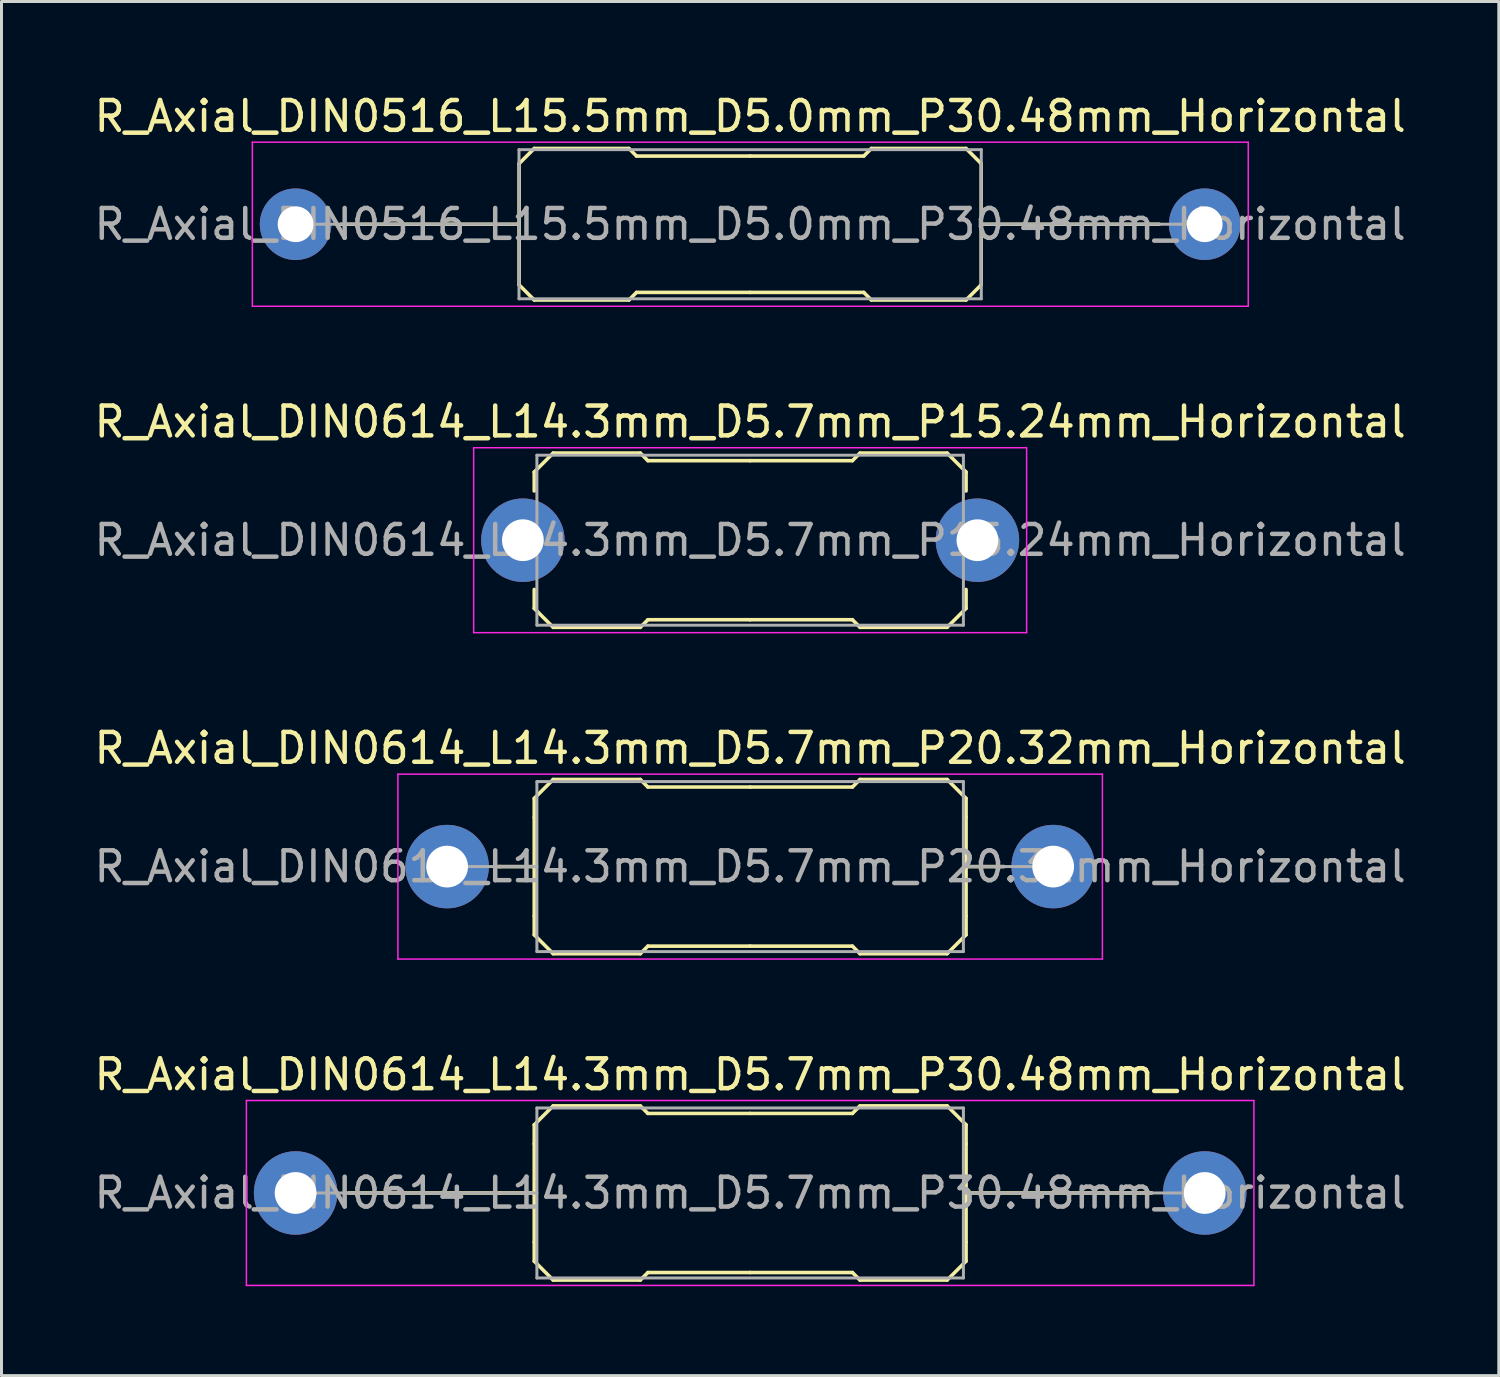
<source format=kicad_pcb>
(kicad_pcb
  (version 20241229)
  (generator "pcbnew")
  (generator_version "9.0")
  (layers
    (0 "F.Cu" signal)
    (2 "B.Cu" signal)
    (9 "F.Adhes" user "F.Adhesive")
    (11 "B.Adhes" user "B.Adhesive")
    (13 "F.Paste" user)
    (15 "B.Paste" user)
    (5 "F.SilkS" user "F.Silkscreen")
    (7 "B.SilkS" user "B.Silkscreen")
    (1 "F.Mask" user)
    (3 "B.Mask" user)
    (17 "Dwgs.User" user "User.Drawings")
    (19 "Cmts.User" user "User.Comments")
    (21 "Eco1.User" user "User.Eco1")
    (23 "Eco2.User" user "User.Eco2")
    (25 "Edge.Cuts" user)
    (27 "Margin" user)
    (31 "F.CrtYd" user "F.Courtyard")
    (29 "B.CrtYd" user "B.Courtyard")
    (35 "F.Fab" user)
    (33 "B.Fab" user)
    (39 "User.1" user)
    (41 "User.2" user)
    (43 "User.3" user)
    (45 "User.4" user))
  (footprint "R_Axial_DIN0516_L15.5mm_D5.0mm_P30.48mm_Horizontal"
    (layer "F.Cu")
    (at 6.861 4.468)
    (property "Reference" "R_Axial_DIN0516_L15.5mm_D5.0mm_P30.48mm_Horizontal" (at 15.24 -3.62 0) (layer "F.SilkS") (effects (font (size 1 1) (thickness 0.15))))
    (attr through_hole)
    (fp_line (start 7.493 -2.032) (end 8.001 -2.54) (stroke (width 0.12) (type solid)) (layer "F.SilkS"))
    (fp_line (start 7.493 0) (end 1.524 0) (stroke (width 0.12) (type solid)) (layer "F.SilkS"))
    (fp_line (start 7.493 2.032) (end 7.493 -2.032) (stroke (width 0.12) (type solid)) (layer "F.SilkS"))
    (fp_line (start 7.493 2.032) (end 8.001 2.54) (stroke (width 0.12) (type solid)) (layer "F.SilkS"))
    (fp_line (start 8.001 -2.54) (end 11.176 -2.54) (stroke (width 0.12) (type solid)) (layer "F.SilkS"))
    (fp_line (start 8.001 2.54) (end 11.176 2.54) (stroke (width 0.12) (type solid)) (layer "F.SilkS"))
    (fp_line (start 11.176 -2.54) (end 11.43 -2.286) (stroke (width 0.12) (type solid)) (layer "F.SilkS"))
    (fp_line (start 11.176 2.54) (end 11.43 2.286) (stroke (width 0.12) (type solid)) (layer "F.SilkS"))
    (fp_line (start 11.43 -2.286) (end 15.24 -2.286) (stroke (width 0.12) (type solid)) (layer "F.SilkS"))
    (fp_line (start 11.43 2.286) (end 15.24 2.286) (stroke (width 0.12) (type solid)) (layer "F.SilkS"))
    (fp_line (start 19.05 -2.286) (end 15.24 -2.286) (stroke (width 0.12) (type solid)) (layer "F.SilkS"))
    (fp_line (start 19.05 2.286) (end 15.24 2.286) (stroke (width 0.12) (type solid)) (layer "F.SilkS"))
    (fp_line (start 19.304 -2.54) (end 19.05 -2.286) (stroke (width 0.12) (type solid)) (layer "F.SilkS"))
    (fp_line (start 19.304 2.54) (end 19.05 2.286) (stroke (width 0.12) (type solid)) (layer "F.SilkS"))
    (fp_line (start 22.479 -2.54) (end 19.304 -2.54) (stroke (width 0.12) (type solid)) (layer "F.SilkS"))
    (fp_line (start 22.479 2.54) (end 19.304 2.54) (stroke (width 0.12) (type solid)) (layer "F.SilkS"))
    (fp_line (start 22.987 -2.032) (end 22.479 -2.54) (stroke (width 0.12) (type solid)) (layer "F.SilkS"))
    (fp_line (start 22.987 2.032) (end 22.479 2.54) (stroke (width 0.12) (type solid)) (layer "F.SilkS"))
    (fp_line (start 22.987 2.032) (end 22.987 -2.032) (stroke (width 0.12) (type solid)) (layer "F.SilkS"))
    (fp_line (start 28.956 0) (end 22.987 0) (stroke (width 0.12) (type solid)) (layer "F.SilkS"))
    (fp_line (start -1.45 -2.75) (end -1.45 2.75) (stroke (width 0.05) (type solid)) (layer "F.CrtYd"))
    (fp_line (start -1.45 2.75) (end 31.94 2.75) (stroke (width 0.05) (type solid)) (layer "F.CrtYd"))
    (fp_line (start 31.94 -2.75) (end -1.45 -2.75) (stroke (width 0.05) (type solid)) (layer "F.CrtYd"))
    (fp_line (start 31.94 2.75) (end 31.94 -2.75) (stroke (width 0.05) (type solid)) (layer "F.CrtYd"))
    (fp_line (start 0 0) (end 7.49 0) (stroke (width 0.1) (type solid)) (layer "F.Fab"))
    (fp_line (start 7.49 -2.5) (end 7.49 2.5) (stroke (width 0.1) (type solid)) (layer "F.Fab"))
    (fp_line (start 7.49 2.5) (end 22.99 2.5) (stroke (width 0.1) (type solid)) (layer "F.Fab"))
    (fp_line (start 22.99 -2.5) (end 7.49 -2.5) (stroke (width 0.1) (type solid)) (layer "F.Fab"))
    (fp_line (start 22.99 2.5) (end 22.99 -2.5) (stroke (width 0.1) (type solid)) (layer "F.Fab"))
    (fp_line (start 30.48 0) (end 22.99 0) (stroke (width 0.1) (type solid)) (layer "F.Fab"))
    (fp_text user "${REFERENCE}" (at 15.24 0 0) (layer "F.Fab") (effects (font (size 1 1) (thickness 0.15))))
    (pad "1" thru_hole circle (at 0 0) (size 2.4 2.4) (drill 1.2) (layers "*.Cu" "*.Mask"))
    (pad "2" thru_hole oval (at 30.48 0) (size 2.4 2.4) (drill 1.2) (layers "*.Cu" "*.Mask")))
  (footprint "R_Axial_DIN0614_L14.3mm_D5.7mm_P30.48mm_Horizontal"
    (layer "F.Cu")
    (at 6.861 36.948)
    (property "Reference" "R_Axial_DIN0614_L14.3mm_D5.7mm_P30.48mm_Horizontal" (at 15.24 -3.97 0) (layer "F.SilkS") (effects (font (size 1 1) (thickness 0.15))))
    (attr through_hole)
    (fp_line (start 6.858 0) (end 1.778 0) (stroke (width 0.12) (type solid)) (layer "F.SilkS"))
    (fp_line (start 6.858 0) (end 8.001 0) (stroke (width 0.12) (type solid)) (layer "F.SilkS"))
    (fp_line (start 8.001 -2.286) (end 8.001 -1.651) (stroke (width 0.12) (type solid)) (layer "F.SilkS"))
    (fp_line (start 8.001 -2.286) (end 8.636 -2.921) (stroke (width 0.12) (type solid)) (layer "F.SilkS"))
    (fp_line (start 8.001 1.651) (end 8.001 -1.651) (stroke (width 0.12) (type solid)) (layer "F.SilkS"))
    (fp_line (start 8.001 2.286) (end 8.001 1.651) (stroke (width 0.12) (type solid)) (layer "F.SilkS"))
    (fp_line (start 8.001 2.286) (end 8.636 2.921) (stroke (width 0.12) (type solid)) (layer "F.SilkS"))
    (fp_line (start 8.636 -2.921) (end 11.557 -2.921) (stroke (width 0.12) (type solid)) (layer "F.SilkS"))
    (fp_line (start 8.636 2.921) (end 11.557 2.921) (stroke (width 0.12) (type solid)) (layer "F.SilkS"))
    (fp_line (start 11.557 -2.921) (end 11.811 -2.667) (stroke (width 0.12) (type solid)) (layer "F.SilkS"))
    (fp_line (start 11.557 2.921) (end 11.811 2.667) (stroke (width 0.12) (type solid)) (layer "F.SilkS"))
    (fp_line (start 11.811 -2.667) (end 15.24 -2.667) (stroke (width 0.12) (type solid)) (layer "F.SilkS"))
    (fp_line (start 11.811 2.667) (end 15.24 2.667) (stroke (width 0.12) (type solid)) (layer "F.SilkS"))
    (fp_line (start 18.669 -2.667) (end 15.24 -2.667) (stroke (width 0.12) (type solid)) (layer "F.SilkS"))
    (fp_line (start 18.669 2.667) (end 15.24 2.667) (stroke (width 0.12) (type solid)) (layer "F.SilkS"))
    (fp_line (start 18.923 -2.921) (end 18.669 -2.667) (stroke (width 0.12) (type solid)) (layer "F.SilkS"))
    (fp_line (start 18.923 2.921) (end 18.669 2.667) (stroke (width 0.12) (type solid)) (layer "F.SilkS"))
    (fp_line (start 21.844 -2.921) (end 18.923 -2.921) (stroke (width 0.12) (type solid)) (layer "F.SilkS"))
    (fp_line (start 21.844 2.921) (end 18.923 2.921) (stroke (width 0.12) (type solid)) (layer "F.SilkS"))
    (fp_line (start 22.479 -2.286) (end 21.844 -2.921) (stroke (width 0.12) (type solid)) (layer "F.SilkS"))
    (fp_line (start 22.479 -2.286) (end 22.479 -1.651) (stroke (width 0.12) (type solid)) (layer "F.SilkS"))
    (fp_line (start 22.479 0) (end 28.702 0) (stroke (width 0.12) (type solid)) (layer "F.SilkS"))
    (fp_line (start 22.479 1.651) (end 22.479 -1.651) (stroke (width 0.12) (type solid)) (layer "F.SilkS"))
    (fp_line (start 22.479 2.286) (end 21.844 2.921) (stroke (width 0.12) (type solid)) (layer "F.SilkS"))
    (fp_line (start 22.479 2.286) (end 22.479 1.651) (stroke (width 0.12) (type solid)) (layer "F.SilkS"))
    (fp_line (start -1.65 -3.1) (end -1.65 3.1) (stroke (width 0.05) (type solid)) (layer "F.CrtYd"))
    (fp_line (start -1.65 3.1) (end 32.13 3.1) (stroke (width 0.05) (type solid)) (layer "F.CrtYd"))
    (fp_line (start 32.13 -3.1) (end -1.65 -3.1) (stroke (width 0.05) (type solid)) (layer "F.CrtYd"))
    (fp_line (start 32.13 3.1) (end 32.13 -3.1) (stroke (width 0.05) (type solid)) (layer "F.CrtYd"))
    (fp_line (start 0 0) (end 8.09 0) (stroke (width 0.1) (type solid)) (layer "F.Fab"))
    (fp_line (start 8.09 -2.85) (end 8.09 2.85) (stroke (width 0.1) (type solid)) (layer "F.Fab"))
    (fp_line (start 8.09 2.85) (end 22.39 2.85) (stroke (width 0.1) (type solid)) (layer "F.Fab"))
    (fp_line (start 22.39 -2.85) (end 8.09 -2.85) (stroke (width 0.1) (type solid)) (layer "F.Fab"))
    (fp_line (start 22.39 2.85) (end 22.39 -2.85) (stroke (width 0.1) (type solid)) (layer "F.Fab"))
    (fp_line (start 30.48 0) (end 22.39 0) (stroke (width 0.1) (type solid)) (layer "F.Fab"))
    (fp_text user "${REFERENCE}" (at 15.24 0 0) (layer "F.Fab") (effects (font (size 1 1) (thickness 0.15))))
    (pad "1" thru_hole circle (at 0 0) (size 2.8 2.8) (drill 1.4) (layers "*.Cu" "*.Mask"))
    (pad "2" thru_hole oval (at 30.48 0) (size 2.8 2.8) (drill 1.4) (layers "*.Cu" "*.Mask")))
  (footprint "R_Axial_DIN0614_L14.3mm_D5.7mm_P15.24mm_Horizontal"
    (layer "F.Cu")
    (at 14.481 15.062)
    (property "Reference" "R_Axial_DIN0614_L14.3mm_D5.7mm_P15.24mm_Horizontal" (at 7.62 -3.97 0) (layer "F.SilkS") (effects (font (size 1 1) (thickness 0.15))))
    (attr through_hole)
    (fp_line (start 0.381 -2.286) (end 0.381 -1.651) (stroke (width 0.12) (type solid)) (layer "F.SilkS"))
    (fp_line (start 0.381 -2.286) (end 1.016 -2.921) (stroke (width 0.12) (type solid)) (layer "F.SilkS"))
    (fp_line (start 0.381 2.286) (end 0.381 1.651) (stroke (width 0.12) (type solid)) (layer "F.SilkS"))
    (fp_line (start 0.381 2.286) (end 1.016 2.921) (stroke (width 0.12) (type solid)) (layer "F.SilkS"))
    (fp_line (start 1.016 -2.921) (end 3.937 -2.921) (stroke (width 0.12) (type solid)) (layer "F.SilkS"))
    (fp_line (start 1.016 2.921) (end 3.937 2.921) (stroke (width 0.12) (type solid)) (layer "F.SilkS"))
    (fp_line (start 3.937 -2.921) (end 4.191 -2.667) (stroke (width 0.12) (type solid)) (layer "F.SilkS"))
    (fp_line (start 3.937 2.921) (end 4.191 2.667) (stroke (width 0.12) (type solid)) (layer "F.SilkS"))
    (fp_line (start 4.191 -2.667) (end 7.62 -2.667) (stroke (width 0.12) (type solid)) (layer "F.SilkS"))
    (fp_line (start 4.191 2.667) (end 7.62 2.667) (stroke (width 0.12) (type solid)) (layer "F.SilkS"))
    (fp_line (start 11.049 -2.667) (end 7.62 -2.667) (stroke (width 0.12) (type solid)) (layer "F.SilkS"))
    (fp_line (start 11.049 2.667) (end 7.62 2.667) (stroke (width 0.12) (type solid)) (layer "F.SilkS"))
    (fp_line (start 11.303 -2.921) (end 11.049 -2.667) (stroke (width 0.12) (type solid)) (layer "F.SilkS"))
    (fp_line (start 11.303 2.921) (end 11.049 2.667) (stroke (width 0.12) (type solid)) (layer "F.SilkS"))
    (fp_line (start 14.224 -2.921) (end 11.303 -2.921) (stroke (width 0.12) (type solid)) (layer "F.SilkS"))
    (fp_line (start 14.224 2.921) (end 11.303 2.921) (stroke (width 0.12) (type solid)) (layer "F.SilkS"))
    (fp_line (start 14.859 -2.286) (end 14.224 -2.921) (stroke (width 0.12) (type solid)) (layer "F.SilkS"))
    (fp_line (start 14.859 -2.286) (end 14.859 -1.651) (stroke (width 0.12) (type solid)) (layer "F.SilkS"))
    (fp_line (start 14.859 2.286) (end 14.224 2.921) (stroke (width 0.12) (type solid)) (layer "F.SilkS"))
    (fp_line (start 14.859 2.286) (end 14.859 1.651) (stroke (width 0.12) (type solid)) (layer "F.SilkS"))
    (fp_line (start -1.65 -3.1) (end -1.65 3.1) (stroke (width 0.05) (type solid)) (layer "F.CrtYd"))
    (fp_line (start -1.65 3.1) (end 16.89 3.1) (stroke (width 0.05) (type solid)) (layer "F.CrtYd"))
    (fp_line (start 16.89 -3.1) (end -1.65 -3.1) (stroke (width 0.05) (type solid)) (layer "F.CrtYd"))
    (fp_line (start 16.89 3.1) (end 16.89 -3.1) (stroke (width 0.05) (type solid)) (layer "F.CrtYd"))
    (fp_line (start 0 0) (end 0.47 0) (stroke (width 0.1) (type solid)) (layer "F.Fab"))
    (fp_line (start 0.47 -2.85) (end 0.47 2.85) (stroke (width 0.1) (type solid)) (layer "F.Fab"))
    (fp_line (start 0.47 2.85) (end 14.77 2.85) (stroke (width 0.1) (type solid)) (layer "F.Fab"))
    (fp_line (start 14.77 -2.85) (end 0.47 -2.85) (stroke (width 0.1) (type solid)) (layer "F.Fab"))
    (fp_line (start 14.77 2.85) (end 14.77 -2.85) (stroke (width 0.1) (type solid)) (layer "F.Fab"))
    (fp_line (start 15.24 0) (end 14.77 0) (stroke (width 0.1) (type solid)) (layer "F.Fab"))
    (fp_text user "${REFERENCE}" (at 7.62 0 0) (layer "F.Fab") (effects (font (size 1 1) (thickness 0.15))))
    (pad "1" thru_hole circle (at 0 0) (size 2.8 2.8) (drill 1.4) (layers "*.Cu" "*.Mask"))
    (pad "2" thru_hole oval (at 15.24 0) (size 2.8 2.8) (drill 1.4) (layers "*.Cu" "*.Mask")))
  (footprint "R_Axial_DIN0614_L14.3mm_D5.7mm_P20.32mm_Horizontal"
    (layer "F.Cu")
    (at 11.941 26.005)
    (property "Reference" "R_Axial_DIN0614_L14.3mm_D5.7mm_P20.32mm_Horizontal" (at 10.16 -3.97 0) (layer "F.SilkS") (effects (font (size 1 1) (thickness 0.15))))
    (attr through_hole)
    (fp_line (start 1.778 0) (end 1.651 0) (stroke (width 0.12) (type solid)) (layer "F.SilkS"))
    (fp_line (start 1.778 0) (end 2.921 0) (stroke (width 0.12) (type solid)) (layer "F.SilkS"))
    (fp_line (start 2.921 -2.286) (end 2.921 -1.651) (stroke (width 0.12) (type solid)) (layer "F.SilkS"))
    (fp_line (start 2.921 -2.286) (end 3.556 -2.921) (stroke (width 0.12) (type solid)) (layer "F.SilkS"))
    (fp_line (start 2.921 1.651) (end 2.921 -1.651) (stroke (width 0.12) (type solid)) (layer "F.SilkS"))
    (fp_line (start 2.921 2.286) (end 2.921 1.651) (stroke (width 0.12) (type solid)) (layer "F.SilkS"))
    (fp_line (start 2.921 2.286) (end 3.556 2.921) (stroke (width 0.12) (type solid)) (layer "F.SilkS"))
    (fp_line (start 3.556 -2.921) (end 6.477 -2.921) (stroke (width 0.12) (type solid)) (layer "F.SilkS"))
    (fp_line (start 3.556 2.921) (end 6.477 2.921) (stroke (width 0.12) (type solid)) (layer "F.SilkS"))
    (fp_line (start 6.477 -2.921) (end 6.731 -2.667) (stroke (width 0.12) (type solid)) (layer "F.SilkS"))
    (fp_line (start 6.477 2.921) (end 6.731 2.667) (stroke (width 0.12) (type solid)) (layer "F.SilkS"))
    (fp_line (start 6.731 -2.667) (end 10.16 -2.667) (stroke (width 0.12) (type solid)) (layer "F.SilkS"))
    (fp_line (start 6.731 2.667) (end 10.16 2.667) (stroke (width 0.12) (type solid)) (layer "F.SilkS"))
    (fp_line (start 13.589 -2.667) (end 10.16 -2.667) (stroke (width 0.12) (type solid)) (layer "F.SilkS"))
    (fp_line (start 13.589 2.667) (end 10.16 2.667) (stroke (width 0.12) (type solid)) (layer "F.SilkS"))
    (fp_line (start 13.843 -2.921) (end 13.589 -2.667) (stroke (width 0.12) (type solid)) (layer "F.SilkS"))
    (fp_line (start 13.843 2.921) (end 13.589 2.667) (stroke (width 0.12) (type solid)) (layer "F.SilkS"))
    (fp_line (start 16.764 -2.921) (end 13.843 -2.921) (stroke (width 0.12) (type solid)) (layer "F.SilkS"))
    (fp_line (start 16.764 2.921) (end 13.843 2.921) (stroke (width 0.12) (type solid)) (layer "F.SilkS"))
    (fp_line (start 17.399 -2.286) (end 16.764 -2.921) (stroke (width 0.12) (type solid)) (layer "F.SilkS"))
    (fp_line (start 17.399 -2.286) (end 17.399 -1.651) (stroke (width 0.12) (type solid)) (layer "F.SilkS"))
    (fp_line (start 17.399 0) (end 18.669 0) (stroke (width 0.12) (type solid)) (layer "F.SilkS"))
    (fp_line (start 17.399 1.651) (end 17.399 -1.651) (stroke (width 0.12) (type solid)) (layer "F.SilkS"))
    (fp_line (start 17.399 2.286) (end 16.764 2.921) (stroke (width 0.12) (type solid)) (layer "F.SilkS"))
    (fp_line (start 17.399 2.286) (end 17.399 1.651) (stroke (width 0.12) (type solid)) (layer "F.SilkS"))
    (fp_line (start -1.65 -3.1) (end -1.65 3.1) (stroke (width 0.05) (type solid)) (layer "F.CrtYd"))
    (fp_line (start -1.65 3.1) (end 21.97 3.1) (stroke (width 0.05) (type solid)) (layer "F.CrtYd"))
    (fp_line (start 21.97 -3.1) (end -1.65 -3.1) (stroke (width 0.05) (type solid)) (layer "F.CrtYd"))
    (fp_line (start 21.97 3.1) (end 21.97 -3.1) (stroke (width 0.05) (type solid)) (layer "F.CrtYd"))
    (fp_line (start 0 0) (end 3.01 0) (stroke (width 0.1) (type solid)) (layer "F.Fab"))
    (fp_line (start 3.01 -2.85) (end 3.01 2.85) (stroke (width 0.1) (type solid)) (layer "F.Fab"))
    (fp_line (start 3.01 2.85) (end 17.31 2.85) (stroke (width 0.1) (type solid)) (layer "F.Fab"))
    (fp_line (start 17.31 -2.85) (end 3.01 -2.85) (stroke (width 0.1) (type solid)) (layer "F.Fab"))
    (fp_line (start 17.31 2.85) (end 17.31 -2.85) (stroke (width 0.1) (type solid)) (layer "F.Fab"))
    (fp_line (start 20.32 0) (end 17.31 0) (stroke (width 0.1) (type solid)) (layer "F.Fab"))
    (fp_text user "${REFERENCE}" (at 10.16 0 0) (layer "F.Fab") (effects (font (size 1 1) (thickness 0.15))))
    (pad "1" thru_hole circle (at 0 0) (size 2.8 2.8) (drill 1.4) (layers "*.Cu" "*.Mask"))
    (pad "2" thru_hole oval (at 20.32 0) (size 2.8 2.8) (drill 1.4) (layers "*.Cu" "*.Mask")))
  (gr_rect
    (start -3 -3)
    (end 47.202 43.073)
    (stroke (width 0.1) (type default))
    (fill no)
    (layer "Edge.Cuts")))
</source>
